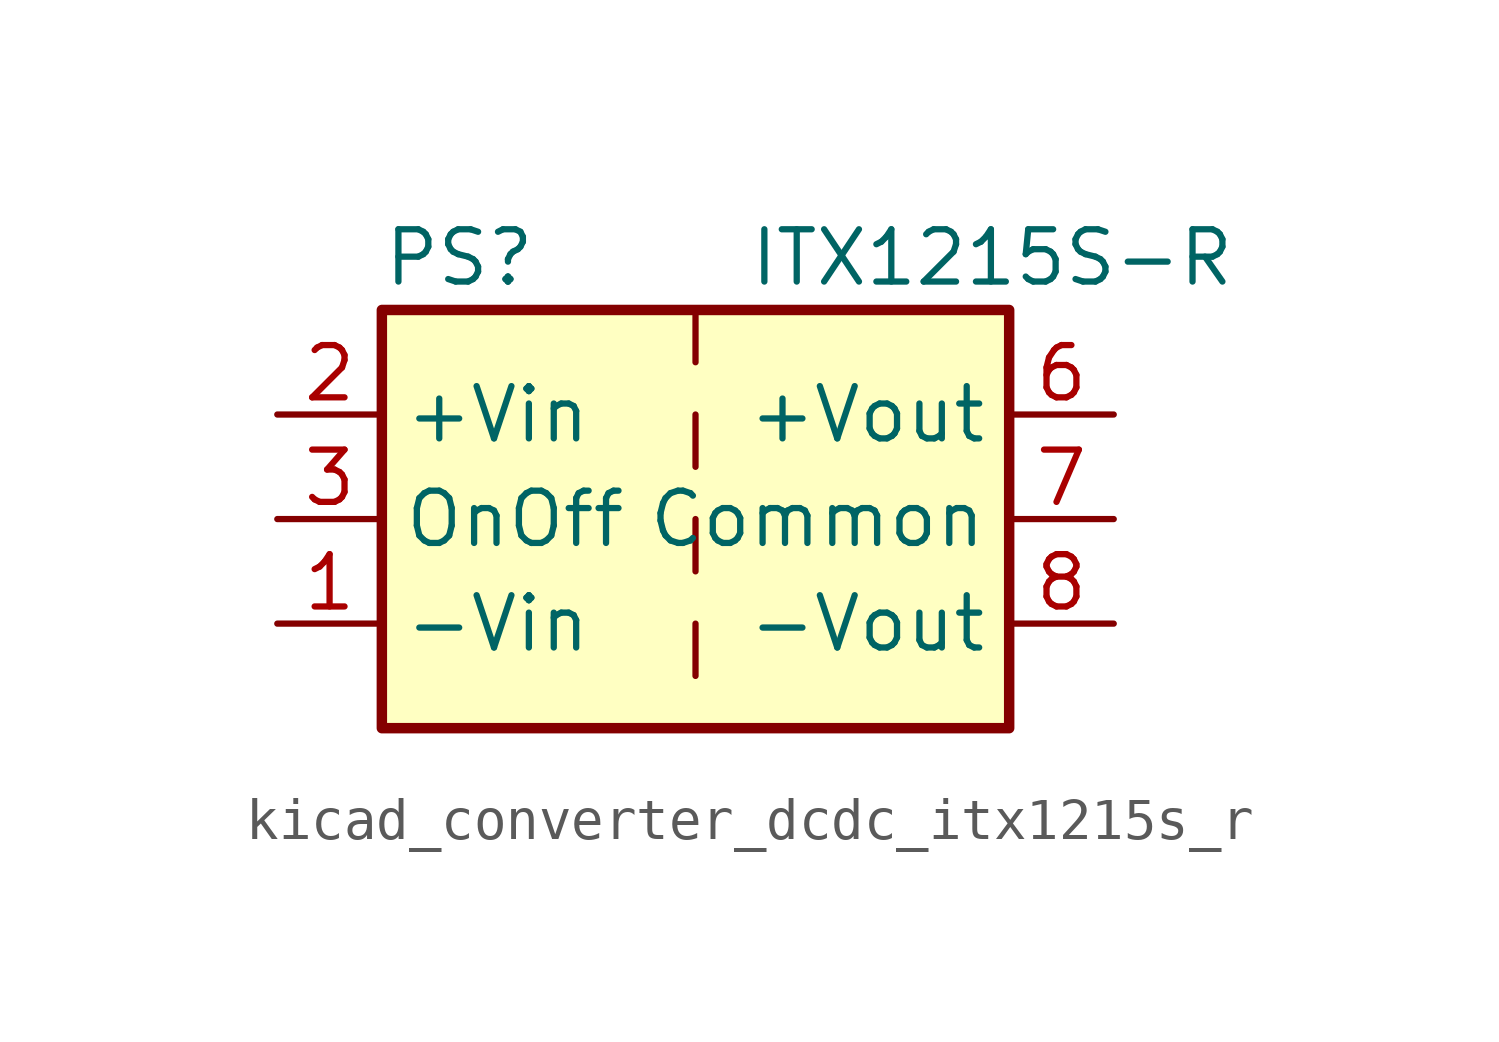
<source format=kicad_sym>
(kicad_symbol_lib
  (version 20220914)
  (generator kicad_symbol_editor)
  (symbol "kicad_converter_dcdc_itx1215s_r"
    (property "Reference" "PS"
      (at -7.62 6.35 0)
      (effects (font (size 1.27 1.27)) (justify left)))
    (property "Value" "ITX1215S-R"
      (at 1.27 6.35 0)
      (effects (font (size 1.27 1.27)) (justify left)))
    (symbol "kicad_converter_dcdc_itx1215s_r_0_0"
      (pin power_in line (at -10.16 -2.54 0) (length 2.54) (name "-Vin" (effects (font (size 1.27 1.27)))) (number "1" (effects (font (size 1.27 1.27)))))
      (pin power_in line (at -10.16 2.54 0) (length 2.54) (name "+Vin" (effects (font (size 1.27 1.27)))) (number "2" (effects (font (size 1.27 1.27)))))
      (pin input line (at -10.16 0 0) (length 2.54) (name "OnOff" (effects (font (size 1.27 1.27)))) (number "3" (effects (font (size 1.27 1.27)))))
      (pin no_connect line (at 0 5.08 270) (length 2.54) hide (name "NC" (effects (font (size 1.27 1.27)))) (number "5" (effects (font (size 1.27 1.27)))))
      (pin power_out line (at 10.16 2.54 180) (length 2.54) (name "+Vout" (effects (font (size 1.27 1.27)))) (number "6" (effects (font (size 1.27 1.27)))))
      (pin power_out line (at 10.16 0 180) (length 2.54) (name "Common" (effects (font (size 1.27 1.27)))) (number "7" (effects (font (size 1.27 1.27)))))
      (pin power_out line (at 10.16 -2.54 180) (length 2.54) (name "-Vout" (effects (font (size 1.27 1.27)))) (number "8" (effects (font (size 1.27 1.27))))))
    (symbol "kicad_converter_dcdc_itx1215s_r_0_1"
      (rectangle (start -7.62 5.08) (end 7.62 -5.08) (stroke (width 0.254) (type default)) (fill (type background)))
      (polyline (pts (xy 0 -2.54) (xy 0 -3.81)) (stroke (width 0) (type default)) (fill (type none)))
      (polyline (pts (xy 0 0) (xy 0 -1.27)) (stroke (width 0) (type default)) (fill (type none)))
      (polyline (pts (xy 0 2.54) (xy 0 1.27)) (stroke (width 0) (type default)) (fill (type none)))
      (polyline (pts (xy 0 5.08) (xy 0 3.81)) (stroke (width 0) (type default)) (fill (type none))))))
</source>
